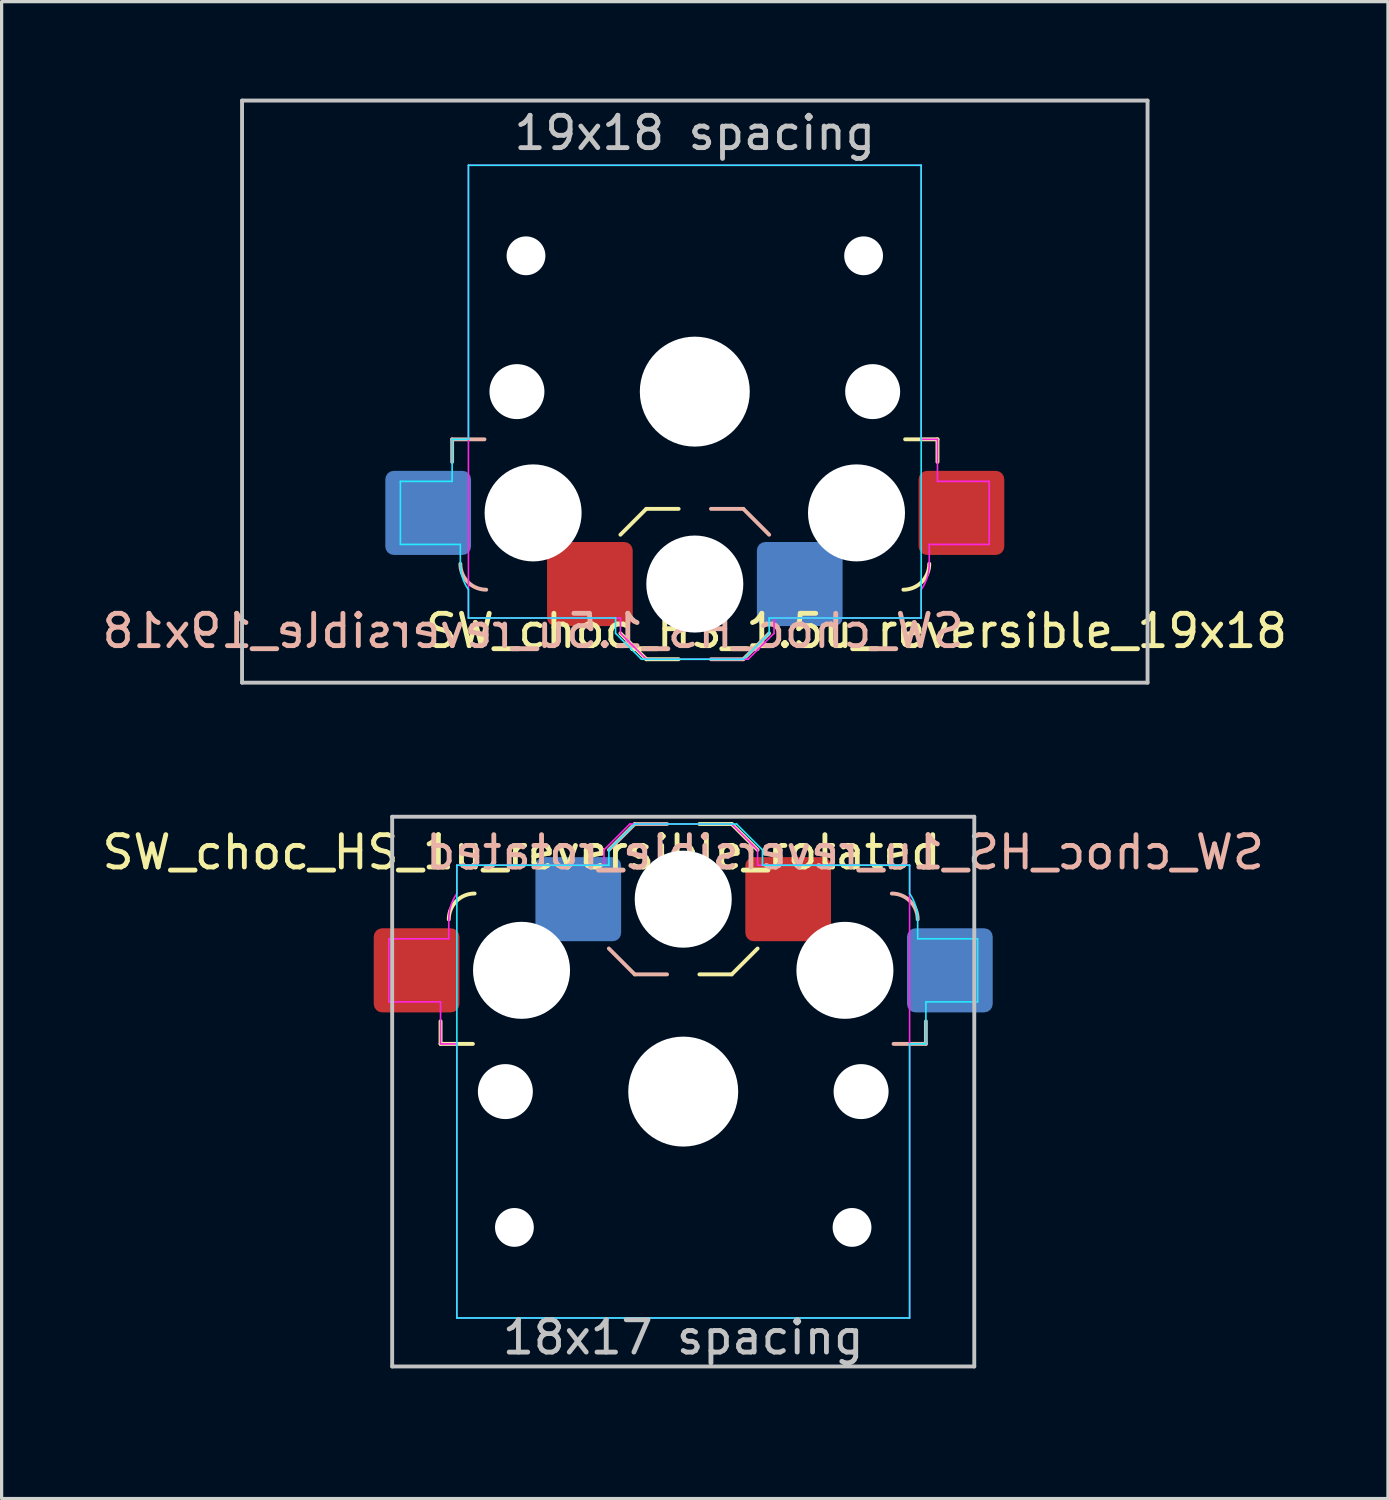
<source format=kicad_pcb>
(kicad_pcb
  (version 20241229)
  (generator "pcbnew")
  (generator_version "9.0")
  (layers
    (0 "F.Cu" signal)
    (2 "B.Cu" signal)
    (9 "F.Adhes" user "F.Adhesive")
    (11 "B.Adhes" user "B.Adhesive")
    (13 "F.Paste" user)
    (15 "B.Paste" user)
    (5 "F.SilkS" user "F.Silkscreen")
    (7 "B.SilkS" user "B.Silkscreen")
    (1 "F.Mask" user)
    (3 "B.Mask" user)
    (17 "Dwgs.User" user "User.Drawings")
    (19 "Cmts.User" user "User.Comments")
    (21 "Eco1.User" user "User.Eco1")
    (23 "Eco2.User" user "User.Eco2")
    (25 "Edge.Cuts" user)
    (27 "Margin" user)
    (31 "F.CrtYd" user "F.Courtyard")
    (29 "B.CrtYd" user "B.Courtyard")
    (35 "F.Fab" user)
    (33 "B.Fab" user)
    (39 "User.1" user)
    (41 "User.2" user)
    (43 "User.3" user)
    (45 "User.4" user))
  (footprint "SW_choc_HS_1u_reversible_rotated"
    (layer "F.Cu")
    (at 18.077 30.705)
    (property "Reference" "SW_choc_HS_1u_reversible_rotated" (at -5 -7.4 0) (layer "F.SilkS") (effects (font (size 1 1) (thickness 0.15))))
    (attr smd)
    (fp_line (start -7.504 -1.475) (end -7.504 -2.175) (stroke (width 0.12) (type solid)) (layer "F.SilkS"))
    (fp_line (start -7.504 -1.475) (end -6.504 -1.475) (stroke (width 0.12) (type solid)) (layer "F.SilkS"))
    (fp_line (start 1.5 -8.275) (end 0.5 -8.275) (stroke (width 0.12) (type solid)) (layer "F.SilkS"))
    (fp_line (start 1.5 -3.625) (end 0.5 -3.625) (stroke (width 0.12) (type solid)) (layer "F.SilkS"))
    (fp_line (start 1.5 -3.625) (end 2.3 -4.425) (stroke (width 0.12) (type solid)) (layer "F.SilkS"))
    (fp_line (start 2.3 -7.475) (end 1.5 -8.275) (stroke (width 0.12) (type solid)) (layer "F.SilkS"))
    (fp_arc (start -7.25 -5.325) (mid -7.015685 -5.890685) (end -6.45 -6.125) (stroke (width 0.12) (type solid)) (layer "F.SilkS"))
    (fp_line (start -2.3 -7.475) (end -1.5 -8.275) (stroke (width 0.12) (type solid)) (layer "B.SilkS"))
    (fp_line (start -1.5 -8.275) (end -0.5 -8.275) (stroke (width 0.12) (type solid)) (layer "B.SilkS"))
    (fp_line (start -1.5 -3.625) (end -2.3 -4.425) (stroke (width 0.12) (type solid)) (layer "B.SilkS"))
    (fp_line (start -1.5 -3.625) (end -0.5 -3.625) (stroke (width 0.12) (type solid)) (layer "B.SilkS"))
    (fp_line (start 7.504 -1.475) (end 6.504 -1.475) (stroke (width 0.12) (type solid)) (layer "B.SilkS"))
    (fp_line (start 7.504 -1.475) (end 7.504 -2.175) (stroke (width 0.12) (type solid)) (layer "B.SilkS"))
    (fp_arc (start 6.45 -6.125) (mid 7.015685 -5.890685) (end 7.25 -5.325) (stroke (width 0.12) (type solid)) (layer "B.SilkS"))
    (fp_line (start -9 -8.5) (end -9 8.5) (stroke (width 0.12) (type solid)) (layer "Dwgs.User"))
    (fp_line (start -9 8.5) (end 9 8.5) (stroke (width 0.12) (type solid)) (layer "Dwgs.User"))
    (fp_line (start 9 -8.5) (end -9 -8.5) (stroke (width 0.12) (type solid)) (layer "Dwgs.User"))
    (fp_line (start 9 8.5) (end 9 -8.5) (stroke (width 0.12) (type solid)) (layer "Dwgs.User"))
    (fp_line (start -9.525 -9.525) (end 9.525 -9.525) (stroke (width 0.12) (type solid)) (layer "Eco1.User"))
    (fp_line (start -9.525 9.525) (end -9.525 -9.525) (stroke (width 0.12) (type solid)) (layer "Eco1.User"))
    (fp_line (start 9.525 -9.525) (end 9.525 9.525) (stroke (width 0.12) (type solid)) (layer "Eco1.User"))
    (fp_line (start 9.525 9.525) (end -9.525 9.525) (stroke (width 0.12) (type solid)) (layer "Eco1.User"))
    (fp_line (start -6.95 -6.45) (end -6.95 6.45) (stroke (width 0.05) (type solid)) (layer "Eco2.User"))
    (fp_line (start -6.45 6.95) (end 6.45 6.95) (stroke (width 0.05) (type solid)) (layer "Eco2.User"))
    (fp_line (start 6.45 -6.95) (end -6.45 -6.95) (stroke (width 0.05) (type solid)) (layer "Eco2.User"))
    (fp_line (start 6.95 6.45) (end 6.95 -6.45) (stroke (width 0.05) (type solid)) (layer "Eco2.User"))
    (fp_arc (start -6.95 -6.45) (mid -6.803553 -6.803553) (end -6.45 -6.95) (stroke (width 0.05) (type solid)) (layer "Eco2.User"))
    (fp_arc (start -6.45 6.95) (mid -6.803553 6.803553) (end -6.95 6.45) (stroke (width 0.05) (type solid)) (layer "Eco2.User"))
    (fp_arc (start 6.45 -6.95) (mid 6.803553 -6.803553) (end 6.95 -6.45) (stroke (width 0.05) (type solid)) (layer "Eco2.User"))
    (fp_arc (start 6.95 6.45) (mid 6.803553 6.803553) (end 6.45 6.95) (stroke (width 0.05) (type solid)) (layer "Eco2.User"))
    (fp_line (start -7 -7) (end -7 7) (stroke (width 0.05) (type solid)) (layer "B.CrtYd"))
    (fp_line (start -7 7) (end 7 7) (stroke (width 0.05) (type solid)) (layer "B.CrtYd"))
    (fp_line (start -2.3 -7.475) (end -2.3 -7) (stroke (width 0.05) (type solid)) (layer "B.CrtYd"))
    (fp_line (start -2.3 -7.475) (end -1.5 -8.275) (stroke (width 0.05) (type solid)) (layer "B.CrtYd"))
    (fp_line (start -2.3 -7) (end -7 -7) (stroke (width 0.05) (type solid)) (layer "B.CrtYd"))
    (fp_line (start -1.5 -8.275) (end 1.65 -8.275) (stroke (width 0.05) (type solid)) (layer "B.CrtYd"))
    (fp_line (start 2.45 -7.475) (end 1.65 -8.275) (stroke (width 0.05) (type solid)) (layer "B.CrtYd"))
    (fp_line (start 2.45 -7.475) (end 2.45 -7) (stroke (width 0.05) (type solid)) (layer "B.CrtYd"))
    (fp_line (start 7 -7) (end 2.45 -7) (stroke (width 0.05) (type solid)) (layer "B.CrtYd"))
    (fp_line (start 7 -6.125) (end 7 -7) (stroke (width 0.05) (type solid)) (layer "B.CrtYd"))
    (fp_line (start 7 7) (end 7 -1.475) (stroke (width 0.05) (type solid)) (layer "B.CrtYd"))
    (fp_line (start 7.25 -5.325) (end 7.25 -4.725) (stroke (width 0.05) (type solid)) (layer "B.CrtYd"))
    (fp_line (start 7.25 -4.725) (end 9.104 -4.725) (stroke (width 0.05) (type solid)) (layer "B.CrtYd"))
    (fp_line (start 7.504 -1.475) (end 7 -1.475) (stroke (width 0.05) (type solid)) (layer "B.CrtYd"))
    (fp_line (start 7.504 -1.475) (end 7.504 -2.775) (stroke (width 0.05) (type solid)) (layer "B.CrtYd"))
    (fp_line (start 9.104 -4.725) (end 9.104 -2.775) (stroke (width 0.05) (type solid)) (layer "B.CrtYd"))
    (fp_line (start 9.104 -2.775) (end 7.504 -2.775) (stroke (width 0.05) (type solid)) (layer "B.CrtYd"))
    (fp_arc (start 7 -6.125) (mid 7.186044 -5.744076) (end 7.25 -5.325) (stroke (width 0.05) (type solid)) (layer "B.CrtYd"))
    (fp_line (start -9.104 -4.725) (end -9.104 -2.775) (stroke (width 0.05) (type solid)) (layer "F.CrtYd"))
    (fp_line (start -9.104 -2.775) (end -7.504 -2.775) (stroke (width 0.05) (type solid)) (layer "F.CrtYd"))
    (fp_line (start -7.504 -1.475) (end -7.504 -2.775) (stroke (width 0.05) (type solid)) (layer "F.CrtYd"))
    (fp_line (start -7.504 -1.475) (end -7 -1.475) (stroke (width 0.05) (type solid)) (layer "F.CrtYd"))
    (fp_line (start -7.25 -5.325) (end -7.25 -4.725) (stroke (width 0.05) (type solid)) (layer "F.CrtYd"))
    (fp_line (start -7.25 -4.725) (end -9.104 -4.725) (stroke (width 0.05) (type solid)) (layer "F.CrtYd"))
    (fp_line (start -7 -7) (end -2.45 -7) (stroke (width 0.05) (type solid)) (layer "F.CrtYd"))
    (fp_line (start -7 -6.125) (end -7 -7) (stroke (width 0.05) (type solid)) (layer "F.CrtYd"))
    (fp_line (start -7 7) (end -7 -1.475) (stroke (width 0.05) (type solid)) (layer "F.CrtYd"))
    (fp_line (start -2.45 -7.475) (end -2.45 -7) (stroke (width 0.05) (type solid)) (layer "F.CrtYd"))
    (fp_line (start -2.45 -7.475) (end -1.65 -8.275) (stroke (width 0.05) (type solid)) (layer "F.CrtYd"))
    (fp_line (start 1.5 -8.275) (end -1.65 -8.275) (stroke (width 0.05) (type solid)) (layer "F.CrtYd"))
    (fp_line (start 2.3 -7.475) (end 1.5 -8.275) (stroke (width 0.05) (type solid)) (layer "F.CrtYd"))
    (fp_line (start 2.3 -7.475) (end 2.3 -7) (stroke (width 0.05) (type solid)) (layer "F.CrtYd"))
    (fp_line (start 2.3 -7) (end 7 -7) (stroke (width 0.05) (type solid)) (layer "F.CrtYd"))
    (fp_line (start 7 -7) (end 7 7) (stroke (width 0.05) (type solid)) (layer "F.CrtYd"))
    (fp_line (start 7 7) (end -7 7) (stroke (width 0.05) (type solid)) (layer "F.CrtYd"))
    (fp_arc (start -7.25 -5.325) (mid -7.186044 -5.744076) (end -7 -6.125) (stroke (width 0.05) (type solid)) (layer "F.CrtYd"))
    (fp_text user "${REFERENCE}" (at 5 -7.4 0) (layer "B.SilkS") (effects (font (size 1 1) (thickness 0.15)) (justify mirror)))
    (fp_text user "18x17 spacing" (at 0 7.6 0) (layer "Dwgs.User") (effects (font (size 1 1) (thickness 0.15))))
    (fp_text user "19.05 spacing" (at 0 8.7 0) (layer "Eco1.User") (effects (font (size 1 1) (thickness 0.15))))
    (pad "" np_thru_hole circle (at -5.5 0) (size 1.7 1.7) (drill 1.7) (layers "*.Cu" "*.Mask"))
    (pad "" np_thru_hole circle (at -5.22 4.2) (size 1.2 1.2) (drill 1.2) (layers "*.Cu" "*.Mask"))
    (pad "" np_thru_hole circle (at -5 -3.75 180) (size 3 3) (drill 3) (layers "*.Cu" "*.Mask"))
    (pad "" np_thru_hole circle (at 0 -5.95 180) (size 3 3) (drill 3) (layers "*.Cu" "*.Mask"))
    (pad "" np_thru_hole circle (at 0 0) (size 3.4 3.4) (drill 3.4) (layers "*.Cu" "*.Mask"))
    (pad "" np_thru_hole circle (at 5 -3.75 180) (size 3 3) (drill 3) (layers "*.Cu" "*.Mask"))
    (pad "" np_thru_hole circle (at 5.22 4.2) (size 1.2 1.2) (drill 1.2) (layers "*.Cu" "*.Mask"))
    (pad "" np_thru_hole circle (at 5.5 0) (size 1.7 1.7) (drill 1.7) (layers "*.Cu" "*.Mask"))
    (pad "1" smd roundrect (at -8.245 -3.75 180) (size 2.65 2.6) (layers "F.Cu" "F.Mask" "F.Paste") (roundrect_rratio 0.1))
    (pad "1" smd roundrect (at 8.245 -3.75 180) (size 2.65 2.6) (layers "B.Cu" "B.Mask" "B.Paste") (roundrect_rratio 0.1))
    (pad "2" smd roundrect (at -3.245 -5.95 180) (size 2.65 2.6) (layers "B.Cu" "B.Mask" "B.Paste") (roundrect_rratio 0.1))
    (pad "2" smd roundrect (at 3.245 -5.95 180) (size 2.65 2.6) (layers "F.Cu" "F.Mask" "F.Paste") (roundrect_rratio 0.1)))
  (footprint "SW_choc_HS_1.5u_reversible_19x18"
    (layer "F.Cu")
    (at 18.435 9.06)
    (property "Reference" "SW_choc_HS_1.5u_reversible_19x18" (at 5 7.4 180) (layer "F.SilkS") (effects (font (size 1 1) (thickness 0.15))))
    (attr smd)
    (fp_line (start -2.3 7.475) (end -1.5 8.275) (stroke (width 0.12) (type solid)) (layer "F.SilkS"))
    (fp_line (start -1.5 3.625) (end -2.3 4.425) (stroke (width 0.12) (type solid)) (layer "F.SilkS"))
    (fp_line (start -1.5 3.625) (end -0.5 3.625) (stroke (width 0.12) (type solid)) (layer "F.SilkS"))
    (fp_line (start -1.5 8.275) (end -0.5 8.275) (stroke (width 0.12) (type solid)) (layer "F.SilkS"))
    (fp_line (start 7.504 1.475) (end 6.504 1.475) (stroke (width 0.12) (type solid)) (layer "F.SilkS"))
    (fp_line (start 7.504 1.475) (end 7.504 2.175) (stroke (width 0.12) (type solid)) (layer "F.SilkS"))
    (fp_arc (start 7.25 5.325) (mid 7.015685 5.890685) (end 6.45 6.125) (stroke (width 0.12) (type solid)) (layer "F.SilkS"))
    (fp_line (start -7.504 1.475) (end -7.504 2.175) (stroke (width 0.12) (type solid)) (layer "B.SilkS"))
    (fp_line (start -7.504 1.475) (end -6.504 1.475) (stroke (width 0.12) (type solid)) (layer "B.SilkS"))
    (fp_line (start 1.5 3.625) (end 0.5 3.625) (stroke (width 0.12) (type solid)) (layer "B.SilkS"))
    (fp_line (start 1.5 3.625) (end 2.3 4.425) (stroke (width 0.12) (type solid)) (layer "B.SilkS"))
    (fp_line (start 1.5 8.275) (end 0.5 8.275) (stroke (width 0.12) (type solid)) (layer "B.SilkS"))
    (fp_line (start 2.3 7.475) (end 1.5 8.275) (stroke (width 0.12) (type solid)) (layer "B.SilkS"))
    (fp_arc (start -6.45 6.125) (mid -7.015685 5.890685) (end -7.25 5.325) (stroke (width 0.12) (type solid)) (layer "B.SilkS"))
    (fp_line (start -14 -9) (end -14 9) (stroke (width 0.12) (type solid)) (layer "Dwgs.User"))
    (fp_line (start -14 9) (end 14 9) (stroke (width 0.12) (type solid)) (layer "Dwgs.User"))
    (fp_line (start 14 -9) (end -14 -9) (stroke (width 0.12) (type solid)) (layer "Dwgs.User"))
    (fp_line (start 14 9) (end 14 -9) (stroke (width 0.12) (type solid)) (layer "Dwgs.User"))
    (fp_line (start -6.95 -6.45) (end -6.95 6.45) (stroke (width 0.05) (type solid)) (layer "Eco2.User"))
    (fp_line (start -6.45 6.95) (end 6.45 6.95) (stroke (width 0.05) (type solid)) (layer "Eco2.User"))
    (fp_line (start 6.45 -6.95) (end -6.45 -6.95) (stroke (width 0.05) (type solid)) (layer "Eco2.User"))
    (fp_line (start 6.95 6.45) (end 6.95 -6.45) (stroke (width 0.05) (type solid)) (layer "Eco2.User"))
    (fp_arc (start -6.95 -6.45) (mid -6.803553 -6.803553) (end -6.45 -6.95) (stroke (width 0.05) (type solid)) (layer "Eco2.User"))
    (fp_arc (start -6.45 6.95) (mid -6.803553 6.803553) (end -6.95 6.45) (stroke (width 0.05) (type solid)) (layer "Eco2.User"))
    (fp_arc (start 6.45 -6.95) (mid 6.803553 -6.803553) (end 6.95 -6.45) (stroke (width 0.05) (type solid)) (layer "Eco2.User"))
    (fp_arc (start 6.95 6.45) (mid 6.803553 6.803553) (end 6.45 6.95) (stroke (width 0.05) (type solid)) (layer "Eco2.User"))
    (fp_line (start -9.104 2.775) (end -7.504 2.775) (stroke (width 0.05) (type solid)) (layer "B.CrtYd"))
    (fp_line (start -9.104 4.725) (end -9.104 2.775) (stroke (width 0.05) (type solid)) (layer "B.CrtYd"))
    (fp_line (start -7.504 1.475) (end -7.504 2.775) (stroke (width 0.05) (type solid)) (layer "B.CrtYd"))
    (fp_line (start -7.504 1.475) (end -7 1.475) (stroke (width 0.05) (type solid)) (layer "B.CrtYd"))
    (fp_line (start -7.25 4.725) (end -9.104 4.725) (stroke (width 0.05) (type solid)) (layer "B.CrtYd"))
    (fp_line (start -7.25 5.325) (end -7.25 4.725) (stroke (width 0.05) (type solid)) (layer "B.CrtYd"))
    (fp_line (start -7 -7) (end -7 1.475) (stroke (width 0.05) (type solid)) (layer "B.CrtYd"))
    (fp_line (start -7 6.125) (end -7 7) (stroke (width 0.05) (type solid)) (layer "B.CrtYd"))
    (fp_line (start -7 7) (end -2.45 7) (stroke (width 0.05) (type solid)) (layer "B.CrtYd"))
    (fp_line (start -2.45 7.475) (end -2.45 7) (stroke (width 0.05) (type solid)) (layer "B.CrtYd"))
    (fp_line (start -2.45 7.475) (end -1.65 8.275) (stroke (width 0.05) (type solid)) (layer "B.CrtYd"))
    (fp_line (start 1.5 8.275) (end -1.65 8.275) (stroke (width 0.05) (type solid)) (layer "B.CrtYd"))
    (fp_line (start 2.3 7) (end 7 7) (stroke (width 0.05) (type solid)) (layer "B.CrtYd"))
    (fp_line (start 2.3 7.475) (end 1.5 8.275) (stroke (width 0.05) (type solid)) (layer "B.CrtYd"))
    (fp_line (start 2.3 7.475) (end 2.3 7) (stroke (width 0.05) (type solid)) (layer "B.CrtYd"))
    (fp_line (start 7 -7) (end -7 -7) (stroke (width 0.05) (type solid)) (layer "B.CrtYd"))
    (fp_line (start 7 7) (end 7 -7) (stroke (width 0.05) (type solid)) (layer "B.CrtYd"))
    (fp_arc (start -7 6.125) (mid -7.186044 5.744076) (end -7.25 5.325) (stroke (width 0.05) (type solid)) (layer "B.CrtYd"))
    (fp_line (start -7 -7) (end 7 -7) (stroke (width 0.05) (type solid)) (layer "F.CrtYd"))
    (fp_line (start -7 7) (end -7 -7) (stroke (width 0.05) (type solid)) (layer "F.CrtYd"))
    (fp_line (start -2.3 7) (end -7 7) (stroke (width 0.05) (type solid)) (layer "F.CrtYd"))
    (fp_line (start -2.3 7.475) (end -2.3 7) (stroke (width 0.05) (type solid)) (layer "F.CrtYd"))
    (fp_line (start -2.3 7.475) (end -1.5 8.275) (stroke (width 0.05) (type solid)) (layer "F.CrtYd"))
    (fp_line (start -1.5 8.275) (end 1.65 8.275) (stroke (width 0.05) (type solid)) (layer "F.CrtYd"))
    (fp_line (start 2.45 7.475) (end 1.65 8.275) (stroke (width 0.05) (type solid)) (layer "F.CrtYd"))
    (fp_line (start 2.45 7.475) (end 2.45 7) (stroke (width 0.05) (type solid)) (layer "F.CrtYd"))
    (fp_line (start 7 -7) (end 7 1.475) (stroke (width 0.05) (type solid)) (layer "F.CrtYd"))
    (fp_line (start 7 6.125) (end 7 7) (stroke (width 0.05) (type solid)) (layer "F.CrtYd"))
    (fp_line (start 7 7) (end 2.45 7) (stroke (width 0.05) (type solid)) (layer "F.CrtYd"))
    (fp_line (start 7.25 4.725) (end 9.104 4.725) (stroke (width 0.05) (type solid)) (layer "F.CrtYd"))
    (fp_line (start 7.25 5.325) (end 7.25 4.725) (stroke (width 0.05) (type solid)) (layer "F.CrtYd"))
    (fp_line (start 7.504 1.475) (end 7 1.475) (stroke (width 0.05) (type solid)) (layer "F.CrtYd"))
    (fp_line (start 7.504 1.475) (end 7.504 2.775) (stroke (width 0.05) (type solid)) (layer "F.CrtYd"))
    (fp_line (start 9.104 2.775) (end 7.504 2.775) (stroke (width 0.05) (type solid)) (layer "F.CrtYd"))
    (fp_line (start 9.104 4.725) (end 9.104 2.775) (stroke (width 0.05) (type solid)) (layer "F.CrtYd"))
    (fp_arc (start 7.25 5.325) (mid 7.186044 5.744076) (end 7 6.125) (stroke (width 0.05) (type solid)) (layer "F.CrtYd"))
    (fp_text user "${REFERENCE}" (at -5 7.4 180) (layer "B.SilkS") (effects (font (size 1 1) (thickness 0.15)) (justify mirror)))
    (fp_text user "19x18 spacing" (at 0 -8 180) (layer "Dwgs.User") (effects (font (size 1 1) (thickness 0.15))))
    (pad "" np_thru_hole circle (at -5.5 0 180) (size 1.7 1.7) (drill 1.7) (layers "*.Cu" "*.Mask"))
    (pad "" np_thru_hole circle (at -5.22 -4.2 180) (size 1.2 1.2) (drill 1.2) (layers "*.Cu" "*.Mask"))
    (pad "" np_thru_hole circle (at -5 3.75) (size 3 3) (drill 3) (layers "*.Cu" "*.Mask"))
    (pad "" np_thru_hole circle (at 0 0 180) (size 3.4 3.4) (drill 3.4) (layers "*.Cu" "*.Mask"))
    (pad "" np_thru_hole circle (at 0 5.95) (size 3 3) (drill 3) (layers "*.Cu" "*.Mask"))
    (pad "" np_thru_hole circle (at 5 3.75) (size 3 3) (drill 3) (layers "*.Cu" "*.Mask"))
    (pad "" np_thru_hole circle (at 5.22 -4.2 180) (size 1.2 1.2) (drill 1.2) (layers "*.Cu" "*.Mask"))
    (pad "" np_thru_hole circle (at 5.5 0 180) (size 1.7 1.7) (drill 1.7) (layers "*.Cu" "*.Mask"))
    (pad "1" smd roundrect (at -8.245 3.75) (size 2.65 2.6) (layers "B.Cu" "B.Mask" "B.Paste") (roundrect_rratio 0.1))
    (pad "1" smd roundrect (at 8.245 3.75) (size 2.65 2.6) (layers "F.Cu" "F.Mask" "F.Paste") (roundrect_rratio 0.1))
    (pad "2" smd roundrect (at -3.245 5.95) (size 2.65 2.6) (layers "F.Cu" "F.Mask" "F.Paste") (roundrect_rratio 0.1))
    (pad "2" smd roundrect (at 3.245 5.95) (size 2.65 2.6) (layers "B.Cu" "B.Mask" "B.Paste") (roundrect_rratio 0.1)))
  (gr_rect
    (start -3 -3)
    (end 39.869 43.29)
    (stroke (width 0.1) (type default))
    (fill no)
    (layer "Edge.Cuts")))
</source>
